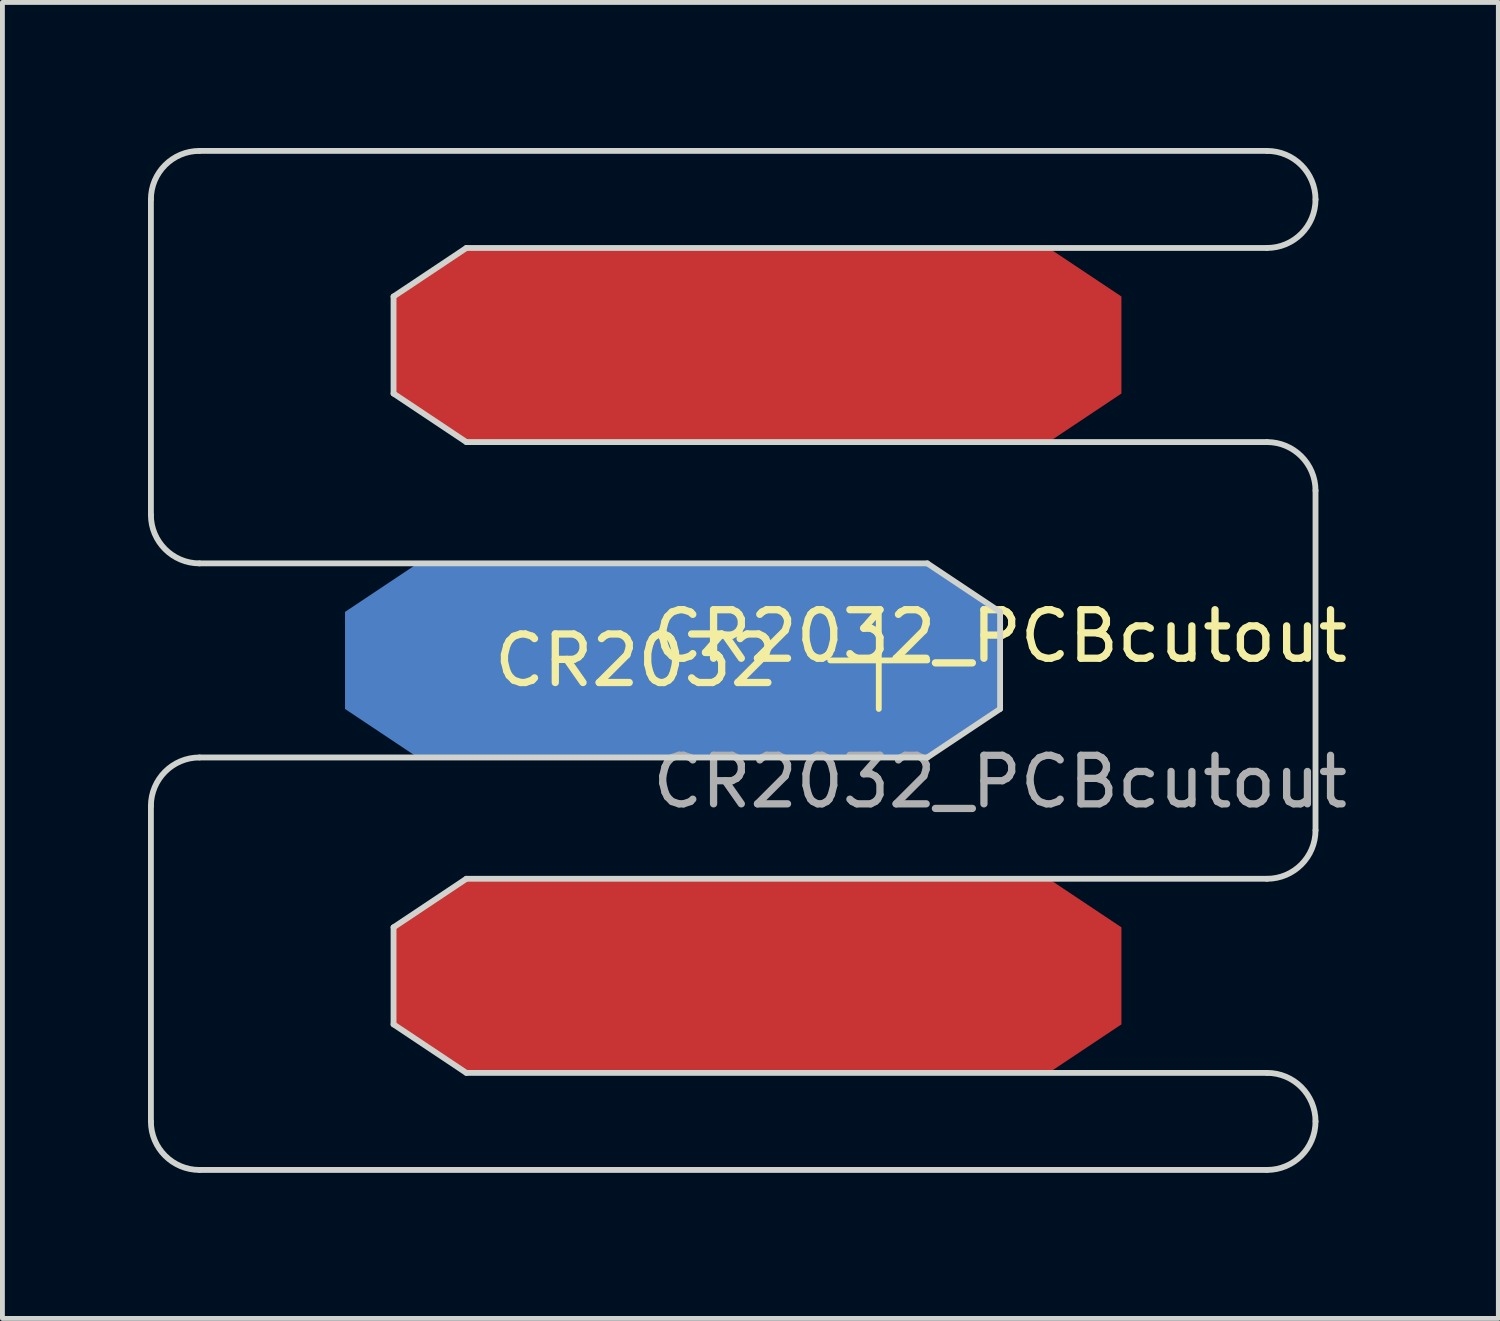
<source format=kicad_pcb>
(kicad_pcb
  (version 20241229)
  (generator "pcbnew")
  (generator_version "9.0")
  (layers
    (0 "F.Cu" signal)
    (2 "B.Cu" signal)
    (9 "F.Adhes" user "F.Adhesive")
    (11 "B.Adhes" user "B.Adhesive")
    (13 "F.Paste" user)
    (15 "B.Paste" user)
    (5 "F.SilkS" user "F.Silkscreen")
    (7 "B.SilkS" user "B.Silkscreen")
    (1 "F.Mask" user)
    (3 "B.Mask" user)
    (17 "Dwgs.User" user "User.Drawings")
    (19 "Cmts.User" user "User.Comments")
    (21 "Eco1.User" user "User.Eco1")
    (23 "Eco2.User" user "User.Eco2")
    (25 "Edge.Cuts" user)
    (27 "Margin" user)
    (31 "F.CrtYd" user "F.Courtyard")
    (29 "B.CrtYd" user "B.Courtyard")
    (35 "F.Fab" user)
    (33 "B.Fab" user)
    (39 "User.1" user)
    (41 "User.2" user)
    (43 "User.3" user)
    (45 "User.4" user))
  (footprint "CR2032_PCBcutout"
    (layer "F.Cu")
    (at 17.56 10.56)
    (property "Reference" "CR2032_PCBcutout" (at 0 -0.5 0) (unlocked yes) (layer "F.SilkS") (effects (font (size 1 1) (thickness 0.15))))
    (attr smd exclude_from_pos_files)
    (fp_line (start -2.5 -1) (end -2.5 1) (stroke (width 0.12) (type solid)) (layer "F.SilkS"))
    (fp_line (start -1.5 0) (end -3.5 0) (stroke (width 0.12) (type solid)) (layer "F.SilkS"))
    (fp_line (start -17.5 -9.5) (end -17.5 -3) (stroke (width 0.12) (type solid)) (layer "Edge.Cuts"))
    (fp_line (start -17.5 3) (end -17.5 9.5) (stroke (width 0.12) (type solid)) (layer "Edge.Cuts"))
    (fp_line (start -16.5 -2) (end -1.5 -2) (stroke (width 0.12) (type solid)) (layer "Edge.Cuts"))
    (fp_line (start -16.5 10.5) (end 5.5 10.5) (stroke (width 0.12) (type solid)) (layer "Edge.Cuts"))
    (fp_line (start -12.5 -7.5) (end -11 -8.5) (stroke (width 0.12) (type solid)) (layer "Edge.Cuts"))
    (fp_line (start -12.5 -5.5) (end -12.5 -7.5) (stroke (width 0.12) (type solid)) (layer "Edge.Cuts"))
    (fp_line (start -12.5 5.5) (end -11 4.5) (stroke (width 0.12) (type solid)) (layer "Edge.Cuts"))
    (fp_line (start -12.5 7.5) (end -12.5 5.5) (stroke (width 0.12) (type solid)) (layer "Edge.Cuts"))
    (fp_line (start -11 -8.5) (end 5.5 -8.5) (stroke (width 0.12) (type solid)) (layer "Edge.Cuts"))
    (fp_line (start -11 -4.5) (end -12.5 -5.5) (stroke (width 0.12) (type solid)) (layer "Edge.Cuts"))
    (fp_line (start -11 4.5) (end 5.5 4.5) (stroke (width 0.12) (type solid)) (layer "Edge.Cuts"))
    (fp_line (start -11 8.5) (end -12.5 7.5) (stroke (width 0.12) (type solid)) (layer "Edge.Cuts"))
    (fp_line (start -1.5 -2) (end 0 -1) (stroke (width 0.12) (type solid)) (layer "Edge.Cuts"))
    (fp_line (start -1.5 2) (end -16.5 2) (stroke (width 0.12) (type solid)) (layer "Edge.Cuts"))
    (fp_line (start 0 -1) (end 0 1) (stroke (width 0.12) (type solid)) (layer "Edge.Cuts"))
    (fp_line (start 0 1) (end -1.5 2) (stroke (width 0.12) (type solid)) (layer "Edge.Cuts"))
    (fp_line (start 5.5 -10.5) (end -16.5 -10.5) (stroke (width 0.12) (type solid)) (layer "Edge.Cuts"))
    (fp_line (start 5.5 -4.5) (end -11 -4.5) (stroke (width 0.12) (type solid)) (layer "Edge.Cuts"))
    (fp_line (start 5.5 8.5) (end -11 8.5) (stroke (width 0.12) (type solid)) (layer "Edge.Cuts"))
    (fp_line (start 6.5 3.5) (end 6.5 -3.5) (stroke (width 0.12) (type solid)) (layer "Edge.Cuts"))
    (fp_arc (start -17.5 -9.5) (mid -17.207107 -10.207107) (end -16.5 -10.5) (stroke (width 0.12) (type solid)) (layer "Edge.Cuts"))
    (fp_arc (start -17.5 3) (mid -17.207107 2.292893) (end -16.5 2) (stroke (width 0.12) (type solid)) (layer "Edge.Cuts"))
    (fp_arc (start -16.5 -2) (mid -17.207107 -2.292893) (end -17.5 -3) (stroke (width 0.12) (type solid)) (layer "Edge.Cuts"))
    (fp_arc (start -16.5 10.5) (mid -17.207107 10.207107) (end -17.5 9.5) (stroke (width 0.12) (type solid)) (layer "Edge.Cuts"))
    (fp_arc (start 5.5 -10.5) (mid 6.207107 -10.207107) (end 6.5 -9.5) (stroke (width 0.12) (type solid)) (layer "Edge.Cuts"))
    (fp_arc (start 5.5 -4.5) (mid 6.207107 -4.207107) (end 6.5 -3.5) (stroke (width 0.12) (type solid)) (layer "Edge.Cuts"))
    (fp_arc (start 5.5 8.5) (mid 6.207107 8.792893) (end 6.5 9.5) (stroke (width 0.12) (type solid)) (layer "Edge.Cuts"))
    (fp_arc (start 6.5 -9.5) (mid 6.207107 -8.792893) (end 5.5 -8.5) (stroke (width 0.12) (type solid)) (layer "Edge.Cuts"))
    (fp_arc (start 6.5 3.5) (mid 6.207107 4.207107) (end 5.5 4.5) (stroke (width 0.12) (type solid)) (layer "Edge.Cuts"))
    (fp_arc (start 6.5 9.5) (mid 6.207107 10.207107) (end 5.5 10.5) (stroke (width 0.12) (type solid)) (layer "Edge.Cuts"))
    (fp_text user "CR2032" (at -7.5 0 0) (unlocked yes) (layer "F.SilkS") (effects (font (size 1 1) (thickness 0.15))))
    (fp_text user "${REFERENCE}" (at 0 2.5 0) (unlocked yes) (layer "F.Fab") (effects (font (size 1 1) (thickness 0.15))))
    (pad "1" smd custom (at -7.5 0) (size 1 1) (layers "B.Cu" "B.Mask" "B.Paste") (options (anchor rect)) (primitives (gr_poly (pts (xy -4.5 2) (xy 6 2) (xy 7.5 1) (xy 7.5 -1) (xy 6 -2) (xy -4.5 -2) (xy -6 -1) (xy -6 1)) (width 0) (fill yes))))
    (pad "2" smd custom (at -5 -6.5) (size 15 1.524) (layers "F.Cu" "F.Mask" "F.Paste") (options (anchor rect)) (primitives (gr_poly (pts (xy -6 2) (xy 6 2) (xy 7.5 1) (xy 7.5 -1) (xy 6 -2) (xy -6 -2) (xy -7.5 -1) (xy -7.5 1)) (width 0) (fill yes))))
    (pad "2" smd custom (at -5 6.5) (size 15 1.524) (layers "F.Cu" "F.Mask" "F.Paste") (options (anchor rect)) (primitives (gr_poly (pts (xy -6 2) (xy 6 2) (xy 7.5 1) (xy 7.5 -1) (xy 6 -2) (xy -6 -2) (xy -7.5 -1) (xy -7.5 1)) (width 0) (fill yes)))))
  (gr_rect
    (start -3 -3)
    (end 27.828 24.12)
    (stroke (width 0.1) (type default))
    (fill no)
    (layer "Edge.Cuts")))
</source>
